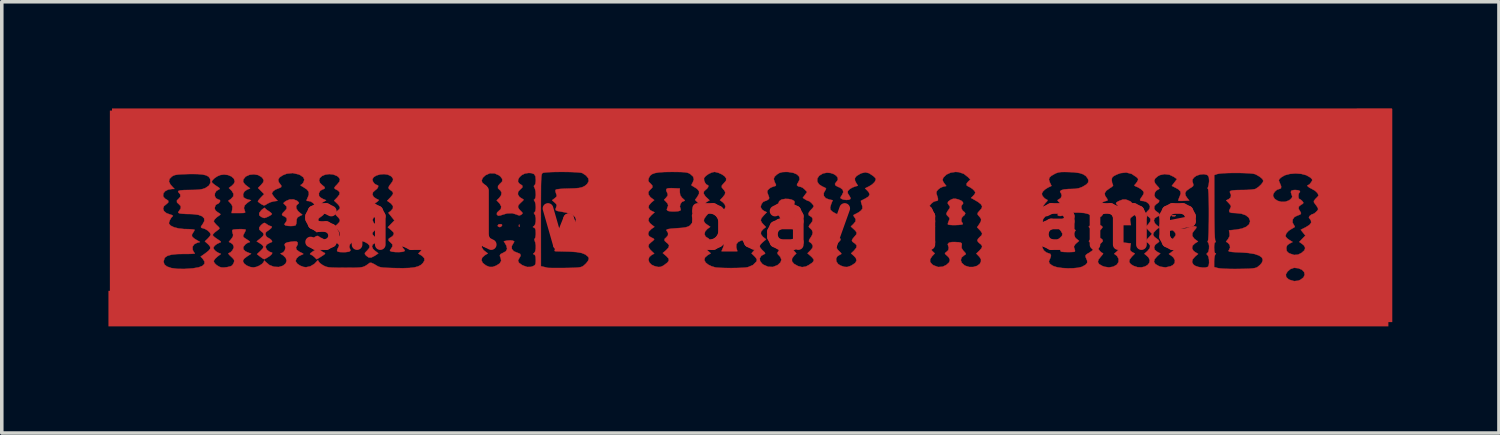
<source format=kicad_pcb>
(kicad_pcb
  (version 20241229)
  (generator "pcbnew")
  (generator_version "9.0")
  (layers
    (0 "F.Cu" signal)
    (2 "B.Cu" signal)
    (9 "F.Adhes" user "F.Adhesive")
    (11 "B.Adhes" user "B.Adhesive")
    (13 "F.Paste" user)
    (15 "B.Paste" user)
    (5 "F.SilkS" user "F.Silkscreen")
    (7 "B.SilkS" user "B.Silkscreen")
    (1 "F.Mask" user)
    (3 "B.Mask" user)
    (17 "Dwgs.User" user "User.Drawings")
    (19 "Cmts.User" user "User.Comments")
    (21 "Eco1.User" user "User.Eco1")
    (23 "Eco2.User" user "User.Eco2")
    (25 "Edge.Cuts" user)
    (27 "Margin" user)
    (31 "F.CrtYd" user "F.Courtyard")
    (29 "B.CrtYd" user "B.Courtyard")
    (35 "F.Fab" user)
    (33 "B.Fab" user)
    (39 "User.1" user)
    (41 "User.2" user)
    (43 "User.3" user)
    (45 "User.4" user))
  (footprint "shall we play a game"
    (layer "F.Cu")
    (at 18.06 3.14)
    (property "Reference" "shall we play a game" (at 0 0 0) (layer "F.Cu") (effects (font (size 1.524 1.524) (thickness 0.3))))
    (attr through_hole)
    (fp_poly (pts (xy -6.5 0.136) (xy -6.497 0.18) (xy -6.502 0.19) (xy -6.515 0.181) (xy -6.517 0.153) (xy -6.51 0.123) (xy -6.5 0.136)) (stroke (width 0.01) (type solid)) (fill yes) (layer "F.Cu"))
    (fp_poly (pts (xy 12.481 -0.132) (xy 12.485 -0.121) (xy 12.446 -0.117) (xy 12.406 -0.122) (xy 12.411 -0.132) (xy 12.469 -0.135) (xy 12.481 -0.132)) (stroke (width 0.01) (type solid)) (fill yes) (layer "F.Cu"))
    (fp_poly (pts (xy -6.992 0.123) (xy -6.989 0.155) (xy -7.027 0.191) (xy -7.059 0.198) (xy -7.103 0.179) (xy -7.112 0.155) (xy -7.088 0.121) (xy -7.042 0.113) (xy -6.992 0.123)) (stroke (width 0.01) (type solid)) (fill yes) (layer "F.Cu"))
    (fp_poly (pts (xy 11.952 -0.136) (xy 11.962 -0.122) (xy 11.928 -0.104) (xy 11.873 -0.105) (xy 11.851 -0.115) (xy 11.836 -0.133) (xy 11.873 -0.14) (xy 11.889 -0.141) (xy 11.952 -0.136)) (stroke (width 0.01) (type solid)) (fill yes) (layer "F.Cu"))
    (fp_poly (pts (xy -12.103 0.844) (xy -12.04 0.893) (xy -11.988 0.919) (xy -11.965 0.934) (xy -11.977 0.957) (xy -12.031 0.997) (xy -12.064 1.018) (xy -12.137 1.064) (xy -12.188 1.094) (xy -12.203 1.101) (xy -12.226 1.082) (xy -12.262 1.045) (xy -12.321 0.995) (xy -12.366 0.972) (xy -12.391 0.958) (xy -12.381 0.935) (xy -12.33 0.895) (xy -12.293 0.871) (xy -12.166 0.786) (xy -12.103 0.844)) (stroke (width 0.01) (type solid)) (fill yes) (layer "F.Cu"))
    (fp_poly (pts (xy -13.66 -0.342) (xy -13.637 -0.312) (xy -13.582 -0.271) (xy -13.561 -0.258) (xy -13.499 -0.215) (xy -13.464 -0.178) (xy -13.462 -0.171) (xy -13.485 -0.145) (xy -13.54 -0.112) (xy -13.607 -0.08) (xy -13.665 -0.06) (xy -13.684 -0.058) (xy -13.721 -0.071) (xy -13.765 -0.091) (xy -13.819 -0.137) (xy -13.819 -0.199) (xy -13.764 -0.273) (xy -13.744 -0.292) (xy -13.692 -0.333) (xy -13.662 -0.346) (xy -13.66 -0.342)) (stroke (width 0.01) (type solid)) (fill yes) (layer "F.Cu"))
    (fp_poly (pts (xy -12.134 0.467) (xy -12.083 0.501) (xy -12.057 0.508) (xy -12.019 0.53) (xy -11.994 0.564) (xy -11.979 0.608) (xy -12.002 0.621) (xy -12.009 0.621) (xy -12.057 0.64) (xy -12.115 0.688) (xy -12.123 0.696) (xy -12.167 0.736) (xy -12.191 0.744) (xy -12.192 0.739) (xy -12.214 0.706) (xy -12.268 0.664) (xy -12.277 0.659) (xy -12.342 0.609) (xy -12.355 0.563) (xy -12.313 0.514) (xy -12.27 0.484) (xy -12.207 0.449) (xy -12.167 0.445) (xy -12.134 0.467)) (stroke (width 0.01) (type solid)) (fill yes) (layer "F.Cu"))
    (fp_poly (pts (xy -2.18 -0.897) (xy -1.99 -0.889) (xy -1.99 -0.783) (xy -1.977 -0.697) (xy -1.931 -0.631) (xy -1.905 -0.608) (xy -1.856 -0.562) (xy -1.85 -0.541) (xy -1.869 -0.537) (xy -1.929 -0.512) (xy -1.972 -0.452) (xy -1.988 -0.381) (xy -1.977 -0.342) (xy -1.962 -0.29) (xy -1.981 -0.265) (xy -2.035 -0.25) (xy -2.121 -0.243) (xy -2.216 -0.243) (xy -2.296 -0.252) (xy -2.33 -0.262) (xy -2.356 -0.295) (xy -2.343 -0.338) (xy -2.317 -0.407) (xy -2.332 -0.463) (xy -2.373 -0.511) (xy -2.432 -0.57) (xy -2.371 -0.635) (xy -2.33 -0.69) (xy -2.331 -0.737) (xy -2.34 -0.757) (xy -2.371 -0.829) (xy -2.368 -0.873) (xy -2.324 -0.894) (xy -2.233 -0.899) (xy -2.18 -0.897)) (stroke (width 0.01) (type solid)) (fill yes) (layer "F.Cu"))
    (fp_poly (pts (xy 1.078 -0.593) (xy 1.165 -0.572) (xy 1.224 -0.539) (xy 1.242 -0.505) (xy 1.228 -0.453) (xy 1.214 -0.437) (xy 1.187 -0.393) (xy 1.19 -0.329) (xy 1.22 -0.271) (xy 1.242 -0.254) (xy 1.29 -0.216) (xy 1.288 -0.173) (xy 1.239 -0.117) (xy 1.195 -0.048) (xy 1.19 0.033) (xy 1.199 0.127) (xy 1.015 0.135) (xy 0.918 0.137) (xy 0.845 0.133) (xy 0.812 0.126) (xy 0.809 0.09) (xy 0.823 0.027) (xy 0.824 0.024) (xy 0.838 -0.041) (xy 0.82 -0.092) (xy 0.787 -0.132) (xy 0.72 -0.204) (xy 0.783 -0.246) (xy 0.828 -0.299) (xy 0.847 -0.365) (xy 0.834 -0.422) (xy 0.818 -0.437) (xy 0.788 -0.48) (xy 0.804 -0.528) (xy 0.86 -0.571) (xy 0.89 -0.582) (xy 0.981 -0.597) (xy 1.078 -0.593)) (stroke (width 0.01) (type solid)) (fill yes) (layer "F.Cu"))
    (fp_poly (pts (xy 10.595 -0.565) (xy 10.689 -0.523) (xy 10.732 -0.479) (xy 10.722 -0.434) (xy 10.711 -0.424) (xy 10.672 -0.361) (xy 10.684 -0.287) (xy 10.742 -0.216) (xy 10.816 -0.152) (xy 10.739 -0.102) (xy 10.688 -0.059) (xy 10.674 -0.009) (xy 10.681 0.045) (xy 10.699 0.141) (xy 10.5 0.141) (xy 10.391 0.138) (xy 10.329 0.129) (xy 10.303 0.111) (xy 10.301 0.1) (xy 10.318 0.052) (xy 10.329 0.042) (xy 10.357 -0.001) (xy 10.344 -0.057) (xy 10.297 -0.103) (xy 10.287 -0.108) (xy 10.235 -0.141) (xy 10.216 -0.168) (xy 10.238 -0.202) (xy 10.287 -0.242) (xy 10.345 -0.303) (xy 10.352 -0.369) (xy 10.315 -0.423) (xy 10.28 -0.46) (xy 10.285 -0.49) (xy 10.334 -0.523) (xy 10.386 -0.547) (xy 10.472 -0.578) (xy 10.541 -0.579) (xy 10.595 -0.565)) (stroke (width 0.01) (type solid)) (fill yes) (layer "F.Cu"))
    (fp_poly (pts (xy 8.748 0.152) (xy 8.827 0.18) (xy 8.927 0.214) (xy 9.022 0.24) (xy 9.052 0.246) (xy 9.123 0.266) (xy 9.143 0.295) (xy 9.116 0.325) (xy 9.088 0.37) (xy 9.098 0.435) (xy 9.14 0.502) (xy 9.164 0.524) (xy 9.24 0.585) (xy 9.158 0.656) (xy 9.106 0.708) (xy 9.092 0.748) (xy 9.108 0.798) (xy 9.126 0.856) (xy 9.123 0.886) (xy 9.088 0.895) (xy 9.015 0.899) (xy 8.924 0.9) (xy 8.832 0.898) (xy 8.76 0.892) (xy 8.731 0.885) (xy 8.713 0.86) (xy 8.725 0.801) (xy 8.729 0.79) (xy 8.745 0.728) (xy 8.729 0.679) (xy 8.691 0.634) (xy 8.622 0.56) (xy 8.7 0.503) (xy 8.761 0.443) (xy 8.771 0.381) (xy 8.729 0.308) (xy 8.701 0.277) (xy 8.654 0.219) (xy 8.647 0.182) (xy 8.66 0.163) (xy 8.693 0.146) (xy 8.748 0.152)) (stroke (width 0.01) (type solid)) (fill yes) (layer "F.Cu"))
    (fp_poly (pts (xy -12.76 -0.546) (xy -12.73 -0.521) (xy -12.701 -0.484) (xy -12.717 -0.459) (xy -12.735 -0.449) (xy -12.779 -0.398) (xy -12.776 -0.329) (xy -12.729 -0.254) (xy -12.695 -0.223) (xy -12.606 -0.149) (xy -12.688 -0.109) (xy -12.746 -0.07) (xy -12.768 -0.014) (xy -12.769 0.029) (xy -12.776 0.101) (xy -12.795 0.145) (xy -12.797 0.148) (xy -12.85 0.163) (xy -12.931 0.168) (xy -13.017 0.163) (xy -13.081 0.149) (xy -13.09 0.145) (xy -13.112 0.119) (xy -13.088 0.082) (xy -13.083 0.077) (xy -13.042 0.009) (xy -13.047 -0.054) (xy -13.094 -0.096) (xy -13.109 -0.101) (xy -13.162 -0.127) (xy -13.18 -0.156) (xy -13.159 -0.198) (xy -13.11 -0.248) (xy -13.109 -0.249) (xy -13.05 -0.315) (xy -13.047 -0.378) (xy -13.097 -0.433) (xy -13.132 -0.461) (xy -13.132 -0.484) (xy -13.092 -0.519) (xy -13.067 -0.536) (xy -12.966 -0.579) (xy -12.857 -0.582) (xy -12.76 -0.546)) (stroke (width 0.01) (type solid)) (fill yes) (layer "F.Cu"))
    (fp_poly (pts (xy 5.844 -0.581) (xy 5.929 -0.545) (xy 5.975 -0.501) (xy 5.978 -0.459) (xy 5.956 -0.438) (xy 5.929 -0.393) (xy 5.932 -0.329) (xy 5.962 -0.271) (xy 5.983 -0.254) (xy 6.028 -0.214) (xy 6.04 -0.183) (xy 6.017 -0.139) (xy 5.983 -0.113) (xy 5.943 -0.067) (xy 5.927 -0.003) (xy 5.939 0.054) (xy 5.955 0.071) (xy 5.972 0.105) (xy 5.968 0.115) (xy 5.934 0.127) (xy 5.862 0.136) (xy 5.769 0.14) (xy 5.675 0.14) (xy 5.597 0.135) (xy 5.554 0.125) (xy 5.551 0.123) (xy 5.551 0.089) (xy 5.573 0.03) (xy 5.574 0.028) (xy 5.598 -0.03) (xy 5.589 -0.069) (xy 5.559 -0.1) (xy 5.516 -0.146) (xy 5.509 -0.189) (xy 5.539 -0.247) (xy 5.565 -0.283) (xy 5.603 -0.34) (xy 5.609 -0.376) (xy 5.583 -0.413) (xy 5.576 -0.421) (xy 5.544 -0.474) (xy 5.558 -0.52) (xy 5.623 -0.567) (xy 5.642 -0.577) (xy 5.702 -0.601) (xy 5.764 -0.601) (xy 5.844 -0.581)) (stroke (width 0.01) (type solid)) (fill yes) (layer "F.Cu"))
    (fp_poly (pts (xy -13.621 0.105) (xy -13.607 0.116) (xy -13.546 0.154) (xy -13.501 0.169) (xy -13.465 0.183) (xy -13.474 0.217) (xy -13.524 0.263) (xy -13.54 0.274) (xy -13.599 0.316) (xy -13.635 0.348) (xy -13.635 0.348) (xy -13.644 0.402) (xy -13.619 0.461) (xy -13.576 0.494) (xy -13.517 0.527) (xy -13.48 0.56) (xy -13.455 0.595) (xy -13.466 0.617) (xy -13.523 0.642) (xy -13.53 0.644) (xy -13.611 0.691) (xy -13.64 0.752) (xy -13.614 0.819) (xy -13.591 0.845) (xy -13.537 0.887) (xy -13.497 0.903) (xy -13.455 0.916) (xy -13.46 0.95) (xy -13.51 1) (xy -13.547 1.027) (xy -13.617 1.07) (xy -13.668 1.097) (xy -13.68 1.1) (xy -13.714 1.084) (xy -13.772 1.044) (xy -13.792 1.029) (xy -13.882 0.958) (xy -13.781 0.864) (xy -13.717 0.797) (xy -13.702 0.746) (xy -13.736 0.698) (xy -13.806 0.65) (xy -13.89 0.599) (xy -13.789 0.518) (xy -13.716 0.451) (xy -13.693 0.4) (xy -13.716 0.354) (xy -13.758 0.322) (xy -13.816 0.268) (xy -13.82 0.212) (xy -13.772 0.146) (xy -13.752 0.129) (xy -13.699 0.086) (xy -13.663 0.079) (xy -13.621 0.105)) (stroke (width 0.01) (type solid)) (fill yes) (layer "F.Cu"))
    (fp_poly (pts (xy 17.103 2.145) (xy -17.103 2.145) (xy -17.103 1.527) (xy 15.057 1.527) (xy 15.065 1.6) (xy 15.127 1.661) (xy 15.165 1.681) (xy 15.29 1.717) (xy 15.403 1.705) (xy 15.466 1.679) (xy 15.552 1.613) (xy 15.586 1.538) (xy 15.571 1.462) (xy 15.508 1.397) (xy 15.409 1.355) (xy 15.289 1.342) (xy 15.186 1.377) (xy 15.103 1.448) (xy 15.057 1.527) (xy -17.103 1.527) (xy -17.103 -0.321) (xy -16.523 -0.321) (xy -16.498 -0.253) (xy -16.428 -0.195) (xy -16.345 -0.164) (xy -16.278 -0.143) (xy -16.246 -0.123) (xy -16.247 -0.116) (xy -16.292 -0.068) (xy -16.332 0.001) (xy -16.356 0.067) (xy -16.357 0.102) (xy -16.309 0.157) (xy -16.215 0.202) (xy -16.086 0.235) (xy -15.932 0.252) (xy -15.868 0.253) (xy -15.761 0.256) (xy -15.681 0.263) (xy -15.639 0.272) (xy -15.636 0.275) (xy -15.652 0.312) (xy -15.678 0.351) (xy -15.713 0.413) (xy -15.707 0.463) (xy -15.655 0.513) (xy -15.602 0.547) (xy -15.484 0.617) (xy -15.56 0.636) (xy -15.648 0.68) (xy -15.694 0.75) (xy -15.69 0.836) (xy -15.688 0.842) (xy -15.656 0.904) (xy -15.628 0.936) (xy -15.641 0.943) (xy -15.701 0.949) (xy -15.798 0.952) (xy -15.919 0.952) (xy -16.128 0.956) (xy -16.287 0.973) (xy -16.398 1.004) (xy -16.466 1.05) (xy -16.482 1.073) (xy -16.51 1.168) (xy -16.487 1.246) (xy -16.414 1.306) (xy -16.294 1.348) (xy -16.128 1.371) (xy -15.921 1.374) (xy -15.684 1.357) (xy -15.525 1.33) (xy -15.417 1.288) (xy -15.361 1.233) (xy -15.358 1.165) (xy -15.409 1.087) (xy -15.466 1.027) (xy -15.338 0.937) (xy -15.244 0.863) (xy -15.198 0.805) (xy -15.198 0.752) (xy -15.24 0.696) (xy -15.261 0.676) (xy -15.348 0.598) (xy -15.266 0.52) (xy -15.213 0.461) (xy -15.185 0.414) (xy -15.184 0.405) (xy -15.207 0.353) (xy -15.265 0.296) (xy -15.34 0.251) (xy -15.388 0.234) (xy -15.446 0.218) (xy -15.46 0.192) (xy -15.433 0.144) (xy -15.409 0.113) (xy -15.362 0.025) (xy -15.368 -0.049) (xy -15.425 -0.107) (xy -15.53 -0.147) (xy -15.681 -0.167) (xy -15.762 -0.17) (xy -15.878 -0.172) (xy -15.979 -0.178) (xy -16.046 -0.186) (xy -16.053 -0.187) (xy -16.097 -0.205) (xy -16.092 -0.233) (xy -16.078 -0.251) (xy -16.026 -0.329) (xy -16.026 -0.391) (xy -16.073 -0.441) (xy -16.132 -0.497) (xy -16.135 -0.552) (xy -16.087 -0.599) (xy -16.038 -0.655) (xy -16.039 -0.719) (xy -16.072 -0.762) (xy -16.101 -0.795) (xy -16.092 -0.819) (xy -16.04 -0.835) (xy -15.941 -0.844) (xy -15.791 -0.847) (xy -15.768 -0.847) (xy -15.611 -0.85) (xy -15.497 -0.858) (xy -15.412 -0.874) (xy -15.341 -0.898) (xy -15.333 -0.902) (xy -15.235 -0.968) (xy -15.189 -1.051) (xy -15.191 -1.073) (xy -15.155 -1.073) (xy -15.133 -1.042) (xy -15.077 -0.996) (xy -15.027 -0.961) (xy -14.955 -0.914) (xy -14.928 -0.885) (xy -14.937 -0.869) (xy -14.954 -0.862) (xy -15.027 -0.817) (xy -15.066 -0.75) (xy -15.069 -0.678) (xy -15.036 -0.615) (xy -14.974 -0.581) (xy -14.923 -0.562) (xy -14.919 -0.53) (xy -14.93 -0.507) (xy -14.969 -0.463) (xy -14.998 -0.452) (xy -15.041 -0.426) (xy -15.067 -0.361) (xy -15.07 -0.315) (xy -15.048 -0.271) (xy -14.992 -0.223) (xy -14.979 -0.215) (xy -14.922 -0.18) (xy -14.909 -0.157) (xy -14.934 -0.135) (xy -14.941 -0.131) (xy -15.016 -0.077) (xy -15.074 -0.018) (xy -15.099 0.029) (xy -15.099 0.031) (xy -15.08 0.068) (xy -15.032 0.124) (xy -15.008 0.147) (xy -14.953 0.2) (xy -14.936 0.232) (xy -14.952 0.256) (xy -14.973 0.272) (xy -15.068 0.345) (xy -15.117 0.397) (xy -15.127 0.424) (xy -15.105 0.454) (xy -15.049 0.5) (xy -14.998 0.534) (xy -14.927 0.582) (xy -14.897 0.609) (xy -14.905 0.625) (xy -14.935 0.636) (xy -15.005 0.67) (xy -15.062 0.712) (xy -15.103 0.76) (xy -15.102 0.802) (xy -15.09 0.825) (xy -15.04 0.877) (xy -14.976 0.917) (xy -14.895 0.952) (xy -14.997 1.029) (xy -15.059 1.087) (xy -15.095 1.142) (xy -15.099 1.159) (xy -15.075 1.211) (xy -15.017 1.267) (xy -14.941 1.313) (xy -14.887 1.331) (xy -14.813 1.334) (xy -14.719 1.323) (xy -14.633 1.302) (xy -14.594 1.286) (xy -14.558 1.245) (xy -14.532 1.193) (xy -14.521 1.146) (xy -14.536 1.104) (xy -14.585 1.051) (xy -14.611 1.028) (xy -14.665 0.975) (xy -14.688 0.94) (xy -14.683 0.933) (xy -14.626 0.907) (xy -14.572 0.849) (xy -14.538 0.78) (xy -14.534 0.753) (xy -14.561 0.684) (xy -14.604 0.65) (xy -14.673 0.612) (xy -14.605 0.531) (xy -14.561 0.467) (xy -14.553 0.414) (xy -14.564 0.378) (xy -14.579 0.316) (xy -14.575 0.28) (xy -14.543 0.267) (xy -14.474 0.259) (xy -14.388 0.255) (xy -14.302 0.255) (xy -14.232 0.261) (xy -14.198 0.272) (xy -14.197 0.275) (xy -14.21 0.313) (xy -14.238 0.367) (xy -14.269 0.425) (xy -14.271 0.464) (xy -14.238 0.499) (xy -14.164 0.546) (xy -14.161 0.548) (xy -14.102 0.589) (xy -14.079 0.615) (xy -14.088 0.621) (xy -14.141 0.638) (xy -14.206 0.681) (xy -14.212 0.686) (xy -14.266 0.756) (xy -14.264 0.821) (xy -14.208 0.878) (xy -14.148 0.907) (xy -14.045 0.946) (xy -14.165 1.025) (xy -14.242 1.084) (xy -14.274 1.135) (xy -14.275 1.164) (xy -14.241 1.225) (xy -14.168 1.28) (xy -14.073 1.319) (xy -13.983 1.332) (xy -13.899 1.317) (xy -13.812 1.28) (xy -13.737 1.23) (xy -13.693 1.178) (xy -13.687 1.157) (xy -13.678 1.137) (xy -13.647 1.165) (xy -13.638 1.175) (xy -13.533 1.264) (xy -13.405 1.313) (xy -13.268 1.32) (xy -13.152 1.284) (xy -13.075 1.221) (xy -13.048 1.145) (xy -13.072 1.065) (xy -13.144 0.993) (xy -13.173 0.975) (xy -13.219 0.946) (xy -13.212 0.933) (xy -13.202 0.932) (xy -13.143 0.907) (xy -13.099 0.848) (xy -13.082 0.779) (xy -13.091 0.741) (xy -13.107 0.688) (xy -13.084 0.65) (xy -13.015 0.624) (xy -12.919 0.609) (xy -12.824 0.6) (xy -12.771 0.603) (xy -12.745 0.622) (xy -12.738 0.635) (xy -12.739 0.691) (xy -12.753 0.713) (xy -12.786 0.775) (xy -12.765 0.836) (xy -12.69 0.891) (xy -12.668 0.902) (xy -12.6 0.934) (xy -12.577 0.953) (xy -12.596 0.966) (xy -12.619 0.974) (xy -12.707 1.017) (xy -12.769 1.078) (xy -12.794 1.143) (xy -12.792 1.162) (xy -12.75 1.226) (xy -12.67 1.281) (xy -12.572 1.318) (xy -12.502 1.326) (xy -12.383 1.301) (xy -12.27 1.234) (xy -12.208 1.169) (xy -12.176 1.132) (xy -12.159 1.141) (xy -12.148 1.165) (xy -12.113 1.209) (xy -12.045 1.259) (xy -12.012 1.278) (xy -11.966 1.301) (xy -11.918 1.317) (xy -11.859 1.329) (xy -11.778 1.335) (xy -11.667 1.339) (xy -11.514 1.34) (xy -11.401 1.341) (xy -11.221 1.34) (xy -11.088 1.339) (xy -10.991 1.333) (xy -10.919 1.322) (xy -10.863 1.304) (xy -10.811 1.275) (xy -10.754 1.235) (xy -10.712 1.203) (xy -10.665 1.202) (xy -10.586 1.238) (xy -10.553 1.258) (xy -10.502 1.289) (xy -10.455 1.312) (xy -10.4 1.327) (xy -10.327 1.337) (xy -10.224 1.343) (xy -10.08 1.348) (xy -10.006 1.35) (xy -9.777 1.353) (xy -9.596 1.347) (xy -9.457 1.331) (xy -9.352 1.303) (xy -9.273 1.263) (xy -9.216 1.21) (xy -9.171 1.136) (xy -9.177 1.072) (xy -9.235 1.01) (xy -9.277 0.983) (xy -9.344 0.942) (xy -9.272 0.865) (xy -9.214 0.776) (xy -9.209 0.698) (xy -9.255 0.635) (xy -9.348 0.591) (xy -9.462 0.572) (xy -9.579 0.577) (xy -9.679 0.607) (xy -9.751 0.653) (xy -9.79 0.711) (xy -9.787 0.772) (xy -9.749 0.82) (xy -9.722 0.853) (xy -9.742 0.879) (xy -9.796 0.894) (xy -9.884 0.901) (xy -9.984 0.9) (xy -10.073 0.89) (xy -10.098 0.885) (xy -10.142 0.867) (xy -10.137 0.839) (xy -10.123 0.822) (xy -10.073 0.744) (xy -10.073 0.684) (xy -10.119 0.636) (xy -10.176 0.583) (xy -10.183 0.533) (xy -10.14 0.497) (xy -10.132 0.494) (xy -10.073 0.455) (xy -10.045 0.419) (xy -10.031 0.377) (xy -10.05 0.337) (xy -10.107 0.283) (xy -10.108 0.282) (xy -10.202 0.202) (xy -10.017 0.01) (xy -10.102 -0.097) (xy -10.187 -0.204) (xy -10.117 -0.259) (xy -10.059 -0.327) (xy -10.058 -0.37) (xy -7.575 -0.37) (xy -7.555 -0.306) (xy -7.482 -0.255) (xy -7.477 -0.253) (xy -7.423 -0.223) (xy -7.414 -0.19) (xy -7.423 -0.168) (xy -7.472 -0.116) (xy -7.507 -0.099) (xy -7.555 -0.061) (xy -7.562 -0.001) (xy -7.53 0.068) (xy -7.479 0.117) (xy -7.424 0.162) (xy -7.395 0.192) (xy -7.394 0.196) (xy -7.416 0.219) (xy -7.47 0.255) (xy -7.479 0.26) (xy -7.547 0.32) (xy -7.567 0.388) (xy -7.539 0.45) (xy -7.479 0.488) (xy -7.421 0.516) (xy -7.394 0.539) (xy -7.394 0.54) (xy -7.415 0.568) (xy -7.466 0.612) (xy -7.479 0.621) (xy -7.547 0.692) (xy -7.559 0.765) (xy -7.515 0.839) (xy -7.476 0.872) (xy -7.389 0.937) (xy -7.476 0.99) (xy -7.549 1.057) (xy -7.567 1.13) (xy -7.533 1.205) (xy -7.446 1.273) (xy -7.437 1.279) (xy -7.341 1.318) (xy -7.253 1.318) (xy -7.151 1.28) (xy -7.056 1.219) (xy -7.014 1.149) (xy -7.026 1.075) (xy -7.026 1.074) (xy -7.053 1.004) (xy -7.034 0.958) (xy -6.97 0.927) (xy -6.882 0.878) (xy -6.847 0.812) (xy -6.865 0.725) (xy -6.883 0.691) (xy -6.94 0.595) (xy -6.845 0.577) (xy -6.76 0.57) (xy -6.689 0.578) (xy -6.689 0.578) (xy -6.647 0.598) (xy -6.655 0.628) (xy -6.668 0.645) (xy -6.717 0.733) (xy -6.713 0.813) (xy -6.659 0.877) (xy -6.558 0.919) (xy -6.547 0.922) (xy -6.48 0.952) (xy -6.466 1.002) (xy -6.504 1.071) (xy -6.511 1.079) (xy -6.54 1.14) (xy -6.515 1.199) (xy -6.435 1.259) (xy -6.404 1.276) (xy -6.283 1.319) (xy -6.175 1.316) (xy -6.111 1.294) (xy -6.067 1.266) (xy -6.046 1.224) (xy -6.04 1.148) (xy -6.04 1.123) (xy -6.046 1.03) (xy -6.067 0.98) (xy -6.085 0.969) (xy -6.116 0.952) (xy -6.096 0.932) (xy -6.085 0.926) (xy -6.057 0.882) (xy -6.041 0.804) (xy -6.04 0.712) (xy -6.054 0.627) (xy -6.068 0.593) (xy -6.081 0.539) (xy -6.068 0.522) (xy -6.051 0.486) (xy -6.041 0.413) (xy -6.04 0.368) (xy -6.045 0.278) (xy -6.065 0.229) (xy -6.089 0.213) (xy -6.123 0.195) (xy -6.108 0.177) (xy -6.089 0.166) (xy -6.058 0.121) (xy -6.041 0.043) (xy -6.039 -0.047) (xy -6.053 -0.127) (xy -6.075 -0.167) (xy -6.096 -0.201) (xy -6.075 -0.218) (xy -6.052 -0.254) (xy -6.04 -0.333) (xy -6.04 -0.364) (xy -6.041 -0.385) (xy -5.897 -0.385) (xy -5.897 -0.097) (xy -5.897 0.000494) (xy -5.896 1.298) (xy -5.82 1.315) (xy -5.753 1.331) (xy -5.715 1.342) (xy -5.678 1.345) (xy -5.596 1.347) (xy -5.477 1.348) (xy -5.332 1.348) (xy -5.23 1.347) (xy -5.057 1.344) (xy -4.931 1.34) (xy -4.842 1.333) (xy -4.78 1.323) (xy -4.737 1.308) (xy -4.702 1.287) (xy -4.694 1.281) (xy -4.625 1.218) (xy -4.573 1.15) (xy -4.548 1.093) (xy -4.556 1.052) (xy -4.573 1.028) (xy -4.645 0.968) (xy -4.749 0.926) (xy -4.892 0.9) (xy -5.083 0.887) (xy -5.108 0.886) (xy -5.238 0.883) (xy -5.352 0.88) (xy -5.435 0.878) (xy -5.466 0.877) (xy -5.506 0.872) (xy -5.511 0.849) (xy -5.487 0.794) (xy -5.485 0.791) (xy -5.46 0.727) (xy -5.465 0.677) (xy -5.493 0.622) (xy -5.525 0.563) (xy -5.526 0.531) (xy -5.496 0.502) (xy -5.491 0.499) (xy -5.457 0.458) (xy -5.452 0.397) (xy -5.453 0.393) (xy -2.881 0.393) (xy -2.851 0.454) (xy -2.794 0.488) (xy -2.736 0.516) (xy -2.709 0.539) (xy -2.709 0.54) (xy -2.73 0.568) (xy -2.781 0.612) (xy -2.794 0.621) (xy -2.86 0.684) (xy -2.873 0.747) (xy -2.833 0.82) (xy -2.793 0.861) (xy -2.708 0.943) (xy -2.779 0.98) (xy -2.849 1.041) (xy -2.871 1.114) (xy -2.849 1.19) (xy -2.785 1.256) (xy -2.698 1.296) (xy -2.6 1.319) (xy -2.529 1.316) (xy -2.46 1.285) (xy -2.427 1.263) (xy -2.337 1.194) (xy -2.297 1.137) (xy -2.305 1.083) (xy -2.358 1.023) (xy -2.371 1.012) (xy -2.469 0.927) (xy -2.378 0.85) (xy -2.308 0.776) (xy -2.291 0.715) (xy -2.326 0.661) (xy -2.357 0.638) (xy -2.416 0.583) (xy -2.419 0.532) (xy -2.371 0.486) (xy -2.322 0.429) (xy -2.321 0.36) (xy -2.348 0.317) (xy -2.367 0.288) (xy -2.357 0.267) (xy -2.309 0.252) (xy -2.219 0.24) (xy -2.078 0.229) (xy -2.063 0.228) (xy -1.922 0.218) (xy -1.824 0.203) (xy -1.756 0.183) (xy -1.705 0.153) (xy -1.702 0.152) (xy -1.639 0.072) (xy -1.624 -0.029) (xy -1.647 -0.113) (xy -1.642 -0.154) (xy -1.587 -0.198) (xy -1.567 -0.209) (xy -1.491 -0.261) (xy -1.432 -0.319) (xy -1.426 -0.327) (xy -1.405 -0.367) (xy -1.328 -0.367) (xy -1.292 -0.297) (xy -1.244 -0.261) (xy -1.162 -0.213) (xy -1.246 -0.118) (xy -1.305 -0.035) (xy -1.314 0.03) (xy -1.273 0.091) (xy -1.222 0.129) (xy -1.132 0.19) (xy -1.217 0.252) (xy -1.278 0.321) (xy -1.295 0.396) (xy -1.267 0.461) (xy -1.221 0.494) (xy -1.17 0.524) (xy -1.165 0.558) (xy -1.207 0.608) (xy -1.228 0.626) (xy -1.284 0.692) (xy -1.29 0.754) (xy -1.245 0.822) (xy -1.209 0.856) (xy -1.119 0.935) (xy -1.209 0.989) (xy -1.282 1.054) (xy -1.3 1.124) (xy -1.262 1.195) (xy -1.189 1.254) (xy -1.094 1.3) (xy -0.993 1.33) (xy -0.97 1.334) (xy -0.847 1.343) (xy -0.699 1.348) (xy -0.54 1.349) (xy -0.383 1.347) (xy -0.242 1.342) (xy -0.132 1.334) (xy -0.071 1.323) (xy 0.068 1.264) (xy 0.16 1.172) (xy 0.172 1.152) (xy 0.178 1.108) (xy 0.144 1.054) (xy 0.113 1.02) (xy 0.028 0.936) (xy 0.099 0.852) (xy 0.155 0.77) (xy 0.159 0.737) (xy 0.254 0.737) (xy 0.274 0.779) (xy 0.323 0.838) (xy 0.346 0.859) (xy 0.4 0.912) (xy 0.411 0.943) (xy 0.395 0.953) (xy 0.303 1.004) (xy 0.26 1.073) (xy 0.268 1.152) (xy 0.327 1.229) (xy 0.36 1.254) (xy 0.494 1.313) (xy 0.628 1.318) (xy 0.756 1.268) (xy 0.765 1.262) (xy 0.844 1.188) (xy 0.868 1.112) (xy 0.835 1.033) (xy 0.808 1.003) (xy 0.763 0.954) (xy 0.756 0.92) (xy 0.782 0.878) (xy 0.79 0.868) (xy 0.828 0.778) (xy 0.826 0.723) (xy 0.827 0.648) (xy 0.85 0.618) (xy 0.889 0.608) (xy 0.961 0.599) (xy 1.047 0.594) (xy 1.13 0.591) (xy 1.191 0.593) (xy 1.214 0.6) (xy 1.207 0.629) (xy 1.19 0.69) (xy 1.187 0.699) (xy 1.175 0.773) (xy 1.197 0.83) (xy 1.224 0.865) (xy 1.288 0.939) (xy 1.222 1.004) (xy 1.166 1.086) (xy 1.166 1.161) (xy 1.222 1.23) (xy 1.334 1.293) (xy 1.335 1.293) (xy 1.448 1.323) (xy 1.552 1.308) (xy 1.636 1.266) (xy 1.73 1.203) (xy 1.776 1.153) (xy 1.775 1.105) (xy 1.731 1.05) (xy 1.704 1.024) (xy 1.602 0.934) (xy 1.685 0.851) (xy 1.738 0.787) (xy 1.752 0.735) (xy 1.745 0.708) (xy 1.71 0.653) (xy 1.68 0.631) (xy 1.642 0.603) (xy 1.648 0.556) (xy 1.693 0.487) (xy 1.734 0.416) (xy 1.75 0.349) (xy 1.727 0.282) (xy 1.693 0.247) (xy 1.649 0.208) (xy 1.637 0.181) (xy 1.656 0.14) (xy 1.693 0.099) (xy 1.738 0.034) (xy 1.747 -0.033) (xy 1.72 -0.085) (xy 1.696 -0.098) (xy 1.637 -0.136) (xy 1.629 -0.192) (xy 1.673 -0.262) (xy 1.693 -0.282) (xy 1.746 -0.338) (xy 1.776 -0.379) (xy 1.778 -0.387) (xy 1.759 -0.428) (xy 1.714 -0.48) (xy 1.665 -0.523) (xy 1.635 -0.536) (xy 1.593 -0.55) (xy 1.538 -0.581) (xy 1.47 -0.626) (xy 1.53 -0.708) (xy 1.591 -0.79) (xy 1.524 -0.861) (xy 1.467 -0.909) (xy 1.416 -0.932) (xy 1.413 -0.932) (xy 1.35 -0.947) (xy 1.327 -0.959) (xy 1.304 -0.983) (xy 1.313 -1.019) (xy 1.344 -1.064) (xy 1.353 -1.085) (xy 1.876 -1.085) (xy 1.924 -1.007) (xy 2.021 -0.943) (xy 2.033 -0.939) (xy 2.101 -0.908) (xy 2.125 -0.884) (xy 2.112 -0.855) (xy 2.107 -0.849) (xy 2.058 -0.76) (xy 2.062 -0.68) (xy 2.115 -0.615) (xy 2.215 -0.577) (xy 2.215 -0.577) (xy 2.311 -0.559) (xy 2.267 -0.449) (xy 2.239 -0.355) (xy 2.248 -0.29) (xy 2.302 -0.237) (xy 2.368 -0.199) (xy 2.481 -0.141) (xy 2.433 -0.058) (xy 2.405 -0.003) (xy 2.406 0.035) (xy 2.438 0.08) (xy 2.467 0.111) (xy 2.549 0.196) (xy 2.473 0.257) (xy 2.416 0.326) (xy 2.404 0.401) (xy 2.436 0.466) (xy 2.477 0.494) (xy 2.528 0.524) (xy 2.532 0.558) (xy 2.49 0.608) (xy 2.469 0.626) (xy 2.413 0.694) (xy 2.407 0.762) (xy 2.454 0.836) (xy 2.488 0.87) (xy 2.541 0.922) (xy 2.556 0.95) (xy 2.537 0.965) (xy 2.516 0.972) (xy 2.44 1.019) (xy 2.406 1.088) (xy 2.415 1.165) (xy 2.463 1.236) (xy 2.533 1.28) (xy 2.636 1.315) (xy 2.717 1.32) (xy 2.802 1.293) (xy 2.85 1.27) (xy 2.943 1.207) (xy 2.981 1.141) (xy 2.963 1.07) (xy 2.913 1.013) (xy 2.827 0.937) (xy 2.91 0.858) (xy 2.974 0.779) (xy 2.986 0.715) (xy 2.944 0.663) (xy 2.921 0.649) (xy 2.869 0.61) (xy 2.85 0.575) (xy 2.869 0.532) (xy 2.914 0.475) (xy 2.921 0.468) (xy 2.975 0.405) (xy 2.985 0.355) (xy 2.95 0.3) (xy 2.906 0.258) (xy 2.821 0.18) (xy 2.892 0.113) (xy 2.951 0.04) (xy 2.957 -0.026) (xy 2.918 -0.088) (xy 2.893 -0.123) (xy 2.904 -0.147) (xy 2.959 -0.174) (xy 2.967 -0.178) (xy 3.048 -0.222) (xy 3.112 -0.274) (xy 3.114 -0.276) (xy 3.146 -0.322) (xy 3.149 -0.362) (xy 5.024 -0.362) (xy 5.042 -0.327) (xy 5.088 -0.276) (xy 5.094 -0.271) (xy 5.142 -0.22) (xy 5.164 -0.186) (xy 5.165 -0.183) (xy 5.146 -0.151) (xy 5.1 -0.102) (xy 5.094 -0.096) (xy 5.04 -0.036) (xy 5.03 0.015) (xy 5.066 0.071) (xy 5.106 0.111) (xy 5.189 0.188) (xy 5.102 0.276) (xy 5.049 0.332) (xy 5.031 0.369) (xy 5.045 0.408) (xy 5.062 0.435) (xy 5.104 0.487) (xy 5.137 0.508) (xy 5.163 0.527) (xy 5.16 0.572) (xy 5.134 0.62) (xy 5.108 0.643) (xy 5.061 0.7) (xy 5.058 0.777) (xy 5.099 0.856) (xy 5.117 0.875) (xy 5.182 0.937) (xy 5.105 1.019) (xy 5.051 1.102) (xy 5.051 1.176) (xy 5.107 1.245) (xy 5.148 1.273) (xy 5.274 1.32) (xy 5.402 1.312) (xy 5.506 1.262) (xy 5.585 1.191) (xy 5.608 1.122) (xy 5.576 1.05) (xy 5.532 1.007) (xy 5.479 0.959) (xy 5.466 0.932) (xy 5.488 0.912) (xy 5.499 0.905) (xy 5.561 0.848) (xy 5.575 0.775) (xy 5.562 0.737) (xy 5.546 0.676) (xy 5.58 0.637) (xy 5.663 0.618) (xy 5.745 0.617) (xy 5.854 0.623) (xy 5.916 0.636) (xy 5.942 0.66) (xy 5.942 0.702) (xy 5.937 0.723) (xy 5.937 0.787) (xy 5.976 0.851) (xy 5.997 0.874) (xy 6.044 0.927) (xy 6.056 0.955) (xy 6.033 0.976) (xy 6.015 0.986) (xy 5.938 1.05) (xy 5.914 1.125) (xy 5.94 1.202) (xy 6.016 1.271) (xy 6.039 1.284) (xy 6.15 1.319) (xy 6.264 1.319) (xy 6.368 1.289) (xy 6.446 1.233) (xy 6.48 1.169) (xy 6.481 1.104) (xy 6.442 1.04) (xy 6.424 1.02) (xy 6.35 0.942) (xy 6.435 0.861) (xy 6.499 0.789) (xy 6.514 0.734) (xy 6.483 0.686) (xy 6.449 0.661) (xy 6.398 0.614) (xy 6.378 0.572) (xy 6.399 0.527) (xy 6.448 0.475) (xy 6.449 0.475) (xy 6.503 0.421) (xy 6.513 0.373) (xy 6.477 0.314) (xy 6.445 0.279) (xy 6.372 0.202) (xy 6.431 0.118) (xy 6.48 0.033) (xy 6.484 -0.031) (xy 6.445 -0.089) (xy 6.435 -0.099) (xy 6.389 -0.152) (xy 6.387 -0.198) (xy 6.432 -0.254) (xy 6.449 -0.271) (xy 6.501 -0.332) (xy 6.513 -0.388) (xy 6.48 -0.445) (xy 6.4 -0.509) (xy 6.292 -0.573) (xy 6.201 -0.623) (xy 6.261 -0.68) (xy 6.305 -0.733) (xy 6.31 -0.746) (xy 8.194 -0.746) (xy 8.201 -0.701) (xy 8.223 -0.665) (xy 8.274 -0.609) (xy 8.322 -0.58) (xy 8.352 -0.565) (xy 8.35 -0.542) (xy 8.311 -0.498) (xy 8.294 -0.481) (xy 8.23 -0.397) (xy 8.219 -0.323) (xy 8.261 -0.252) (xy 8.285 -0.229) (xy 8.358 -0.166) (xy 8.285 -0.098) (xy 8.225 -0.019) (xy 8.221 0.056) (xy 8.274 0.128) (xy 8.288 0.14) (xy 8.363 0.199) (xy 8.279 0.29) (xy 8.219 0.373) (xy 8.211 0.438) (xy 8.256 0.489) (xy 8.285 0.503) (xy 8.342 0.547) (xy 8.346 0.595) (xy 8.294 0.639) (xy 8.287 0.642) (xy 8.221 0.695) (xy 8.206 0.766) (xy 8.244 0.845) (xy 8.257 0.86) (xy 8.317 0.909) (xy 8.374 0.931) (xy 8.378 0.931) (xy 8.433 0.952) (xy 8.451 1.004) (xy 8.428 1.077) (xy 8.421 1.088) (xy 8.391 1.159) (xy 8.407 1.218) (xy 8.475 1.271) (xy 8.53 1.299) (xy 8.631 1.329) (xy 8.767 1.348) (xy 8.921 1.357) (xy 9.075 1.354) (xy 9.212 1.341) (xy 9.315 1.316) (xy 9.329 1.31) (xy 9.423 1.257) (xy 9.468 1.206) (xy 9.469 1.147) (xy 9.453 1.107) (xy 9.422 1.035) (xy 9.424 0.989) (xy 9.466 0.952) (xy 9.525 0.919) (xy 9.614 0.856) (xy 9.647 0.786) (xy 9.624 0.711) (xy 9.585 0.664) (xy 9.514 0.593) (xy 9.583 0.511) (xy 9.638 0.43) (xy 9.639 0.421) (xy 9.743 0.421) (xy 9.782 0.47) (xy 9.819 0.493) (xy 9.892 0.542) (xy 9.909 0.59) (xy 9.872 0.638) (xy 9.845 0.656) (xy 9.79 0.704) (xy 9.765 0.754) (xy 9.765 0.756) (xy 9.784 0.814) (xy 9.829 0.875) (xy 9.882 0.921) (xy 9.913 0.931) (xy 9.915 0.949) (xy 9.883 0.993) (xy 9.855 1.024) (xy 9.787 1.111) (xy 9.769 1.18) (xy 9.804 1.238) (xy 9.892 1.289) (xy 9.952 1.312) (xy 10.078 1.331) (xy 10.202 1.311) (xy 10.303 1.254) (xy 10.35 1.178) (xy 10.352 1.091) (xy 10.31 1.014) (xy 10.292 0.997) (xy 10.227 0.948) (xy 10.298 0.886) (xy 10.345 0.84) (xy 10.353 0.801) (xy 10.331 0.75) (xy 10.307 0.686) (xy 10.323 0.647) (xy 10.383 0.63) (xy 10.492 0.634) (xy 10.523 0.637) (xy 10.696 0.656) (xy 10.679 0.759) (xy 10.674 0.832) (xy 10.693 0.873) (xy 10.737 0.902) (xy 10.81 0.942) (xy 10.722 1.032) (xy 10.66 1.114) (xy 10.651 1.18) (xy 10.695 1.24) (xy 10.773 1.288) (xy 10.885 1.325) (xy 10.993 1.33) (xy 11.089 1.308) (xy 11.166 1.264) (xy 11.215 1.204) (xy 11.229 1.134) (xy 11.199 1.059) (xy 11.154 1.012) (xy 11.076 0.947) (xy 11.165 0.868) (xy 11.229 0.79) (xy 11.238 0.718) (xy 11.192 0.654) (xy 11.172 0.64) (xy 11.133 0.611) (xy 11.126 0.583) (xy 11.153 0.54) (xy 11.207 0.481) (xy 11.269 0.416) (xy 11.322 0.416) (xy 11.361 0.475) (xy 11.395 0.5) (xy 11.47 0.555) (xy 11.495 0.595) (xy 11.474 0.625) (xy 11.464 0.631) (xy 11.382 0.694) (xy 11.35 0.765) (xy 11.367 0.834) (xy 11.436 0.892) (xy 11.526 0.939) (xy 11.436 1.019) (xy 11.364 1.102) (xy 11.347 1.173) (xy 11.385 1.236) (xy 11.479 1.291) (xy 11.532 1.312) (xy 11.672 1.331) (xy 11.814 1.299) (xy 11.875 1.268) (xy 11.929 1.207) (xy 11.936 1.131) (xy 11.896 1.055) (xy 11.852 1.015) (xy 11.765 0.953) (xy 11.83 0.908) (xy 11.916 0.835) (xy 11.946 0.767) (xy 11.923 0.699) (xy 11.869 0.644) (xy 11.834 0.612) (xy 11.83 0.585) (xy 11.862 0.544) (xy 11.889 0.516) (xy 11.947 0.445) (xy 11.96 0.391) (xy 11.927 0.335) (xy 11.882 0.292) (xy 11.828 0.239) (xy 11.799 0.201) (xy 11.797 0.195) (xy 11.821 0.168) (xy 11.886 0.165) (xy 11.982 0.186) (xy 12.039 0.205) (xy 12.127 0.235) (xy 12.187 0.244) (xy 12.243 0.232) (xy 12.29 0.214) (xy 12.394 0.18) (xy 12.48 0.17) (xy 12.535 0.185) (xy 12.542 0.193) (xy 12.534 0.227) (xy 12.494 0.277) (xy 12.487 0.283) (xy 12.429 0.365) (xy 12.426 0.446) (xy 12.479 0.522) (xy 12.502 0.54) (xy 12.586 0.602) (xy 12.502 0.654) (xy 12.433 0.719) (xy 12.418 0.792) (xy 12.456 0.863) (xy 12.504 0.9) (xy 12.59 0.952) (xy 12.504 1.025) (xy 12.434 1.106) (xy 12.418 1.183) (xy 12.456 1.251) (xy 12.509 1.288) (xy 12.596 1.318) (xy 12.699 1.334) (xy 12.796 1.334) (xy 12.864 1.316) (xy 12.864 1.315) (xy 12.888 1.273) (xy 12.898 1.197) (xy 12.894 1.11) (xy 12.879 1.032) (xy 12.853 0.986) (xy 12.824 0.955) (xy 12.841 0.932) (xy 12.853 0.925) (xy 12.88 0.884) (xy 12.895 0.811) (xy 12.896 0.776) (xy 13.039 0.776) (xy 13.045 0.878) (xy 13.062 0.927) (xy 13.073 0.931) (xy 13.092 0.94) (xy 13.073 0.965) (xy 13.054 1.011) (xy 13.042 1.092) (xy 13.039 1.16) (xy 13.039 1.321) (xy 13.145 1.35) (xy 13.209 1.36) (xy 13.317 1.368) (xy 13.458 1.373) (xy 13.618 1.375) (xy 13.717 1.374) (xy 13.897 1.371) (xy 14.03 1.367) (xy 14.124 1.359) (xy 14.189 1.348) (xy 14.235 1.333) (xy 14.26 1.319) (xy 14.331 1.26) (xy 14.381 1.201) (xy 14.409 1.122) (xy 14.383 1.054) (xy 14.305 0.998) (xy 14.177 0.954) (xy 14.002 0.925) (xy 13.815 0.911) (xy 13.655 0.904) (xy 13.545 0.897) (xy 13.477 0.887) (xy 13.446 0.874) (xy 13.444 0.857) (xy 13.457 0.84) (xy 13.488 0.774) (xy 13.477 0.7) (xy 13.431 0.645) (xy 13.373 0.606) (xy 13.431 0.532) (xy 13.474 0.449) (xy 13.473 0.373) (xy 13.456 0.289) (xy 13.65 0.27) (xy 13.817 0.24) (xy 13.942 0.189) (xy 14.021 0.122) (xy 14.05 0.039) (xy 14.049 0.02) (xy 14.014 -0.067) (xy 13.931 -0.135) (xy 13.808 -0.179) (xy 13.652 -0.197) (xy 13.638 -0.197) (xy 13.53 -0.203) (xy 13.473 -0.222) (xy 13.46 -0.26) (xy 13.487 -0.323) (xy 13.496 -0.338) (xy 13.513 -0.381) (xy 13.498 -0.422) (xy 13.453 -0.474) (xy 13.376 -0.555) (xy 13.447 -0.587) (xy 13.506 -0.638) (xy 13.51 -0.676) (xy 14.696 -0.676) (xy 14.743 -0.596) (xy 14.827 -0.541) (xy 14.932 -0.513) (xy 15.043 -0.516) (xy 15.143 -0.553) (xy 15.174 -0.575) (xy 15.224 -0.625) (xy 15.236 -0.665) (xy 15.217 -0.718) (xy 15.196 -0.789) (xy 15.214 -0.829) (xy 15.279 -0.845) (xy 15.325 -0.847) (xy 15.405 -0.839) (xy 15.451 -0.818) (xy 15.454 -0.79) (xy 15.438 -0.776) (xy 15.418 -0.741) (xy 15.41 -0.682) (xy 15.414 -0.625) (xy 15.431 -0.594) (xy 15.436 -0.593) (xy 15.476 -0.573) (xy 15.522 -0.531) (xy 15.549 -0.489) (xy 15.55 -0.482) (xy 15.528 -0.456) (xy 15.48 -0.428) (xy 15.421 -0.38) (xy 15.416 -0.315) (xy 15.454 -0.251) (xy 15.484 -0.197) (xy 15.462 -0.157) (xy 15.385 -0.128) (xy 15.381 -0.127) (xy 15.296 -0.085) (xy 15.249 -0.015) (xy 15.244 0.068) (xy 15.285 0.144) (xy 15.308 0.177) (xy 15.298 0.202) (xy 15.246 0.232) (xy 15.226 0.242) (xy 15.136 0.3) (xy 15.073 0.369) (xy 15.048 0.437) (xy 15.053 0.465) (xy 15.086 0.508) (xy 15.148 0.555) (xy 15.158 0.562) (xy 15.247 0.616) (xy 15.159 0.661) (xy 15.096 0.706) (xy 15.073 0.763) (xy 15.071 0.8) (xy 15.081 0.87) (xy 15.121 0.915) (xy 15.162 0.939) (xy 15.288 0.981) (xy 15.401 0.971) (xy 15.497 0.923) (xy 15.577 0.852) (xy 15.6 0.784) (xy 15.567 0.716) (xy 15.522 0.677) (xy 15.433 0.614) (xy 15.519 0.525) (xy 15.605 0.436) (xy 15.475 0.273) (xy 15.618 0.2) (xy 15.72 0.136) (xy 15.768 0.074) (xy 15.762 0.012) (xy 15.735 -0.027) (xy 15.704 -0.069) (xy 15.715 -0.102) (xy 15.735 -0.124) (xy 15.785 -0.16) (xy 15.816 -0.169) (xy 15.858 -0.188) (xy 15.912 -0.235) (xy 15.916 -0.239) (xy 15.949 -0.275) (xy 15.964 -0.304) (xy 15.956 -0.339) (xy 15.924 -0.393) (xy 15.862 -0.477) (xy 15.848 -0.496) (xy 15.844 -0.537) (xy 15.886 -0.593) (xy 15.897 -0.604) (xy 15.947 -0.654) (xy 15.973 -0.689) (xy 15.974 -0.692) (xy 15.948 -0.758) (xy 15.879 -0.825) (xy 15.788 -0.876) (xy 15.714 -0.915) (xy 15.669 -0.952) (xy 15.662 -0.979) (xy 15.691 -0.988) (xy 15.724 -1.009) (xy 15.766 -1.061) (xy 15.767 -1.062) (xy 15.797 -1.114) (xy 15.793 -1.15) (xy 15.75 -1.192) (xy 15.742 -1.199) (xy 15.632 -1.262) (xy 15.489 -1.3) (xy 15.329 -1.312) (xy 15.17 -1.299) (xy 15.027 -1.261) (xy 14.922 -1.199) (xy 14.871 -1.15) (xy 14.859 -1.112) (xy 14.879 -1.06) (xy 14.886 -1.046) (xy 14.924 -0.952) (xy 14.92 -0.895) (xy 14.875 -0.875) (xy 14.872 -0.875) (xy 14.807 -0.853) (xy 14.745 -0.799) (xy 14.703 -0.733) (xy 14.696 -0.676) (xy 13.51 -0.676) (xy 13.514 -0.709) (xy 13.491 -0.761) (xy 13.479 -0.795) (xy 13.497 -0.819) (xy 13.551 -0.834) (xy 13.647 -0.843) (xy 13.792 -0.846) (xy 13.838 -0.846) (xy 13.971 -0.849) (xy 14.087 -0.857) (xy 14.172 -0.869) (xy 14.205 -0.878) (xy 14.285 -0.931) (xy 14.358 -0.998) (xy 14.408 -1.063) (xy 14.422 -1.104) (xy 14.396 -1.157) (xy 14.326 -1.217) (xy 14.223 -1.277) (xy 14.187 -1.293) (xy 14.127 -1.306) (xy 14.023 -1.316) (xy 13.888 -1.322) (xy 13.734 -1.326) (xy 13.574 -1.326) (xy 13.421 -1.323) (xy 13.286 -1.317) (xy 13.183 -1.307) (xy 13.129 -1.296) (xy 13.042 -1.266) (xy 13.043 -0.358) (xy 13.044 -0.076) (xy 13.047 0.159) (xy 13.051 0.344) (xy 13.058 0.479) (xy 13.066 0.56) (xy 13.073 0.586) (xy 13.087 0.616) (xy 13.07 0.621) (xy 13.051 0.647) (xy 13.04 0.722) (xy 13.039 0.776) (xy 12.896 0.776) (xy 12.898 0.729) (xy 12.886 0.661) (xy 12.868 0.634) (xy 12.855 0.601) (xy 12.865 0.583) (xy 12.873 0.546) (xy 12.879 0.464) (xy 12.885 0.345) (xy 12.888 0.199) (xy 12.891 0.034) (xy 12.892 -0.14) (xy 12.892 -0.314) (xy 12.89 -0.48) (xy 12.887 -0.627) (xy 12.882 -0.748) (xy 12.876 -0.833) (xy 12.869 -0.873) (xy 12.866 -0.875) (xy 12.855 -0.895) (xy 12.868 -0.929) (xy 12.886 -0.991) (xy 12.897 -1.08) (xy 12.898 -1.112) (xy 12.891 -1.199) (xy 12.868 -1.249) (xy 12.838 -1.272) (xy 12.751 -1.292) (xy 12.643 -1.282) (xy 12.541 -1.247) (xy 12.475 -1.2) (xy 12.432 -1.144) (xy 12.428 -1.089) (xy 12.441 -1.046) (xy 12.456 -0.994) (xy 12.447 -0.958) (xy 12.406 -0.923) (xy 12.346 -0.887) (xy 12.258 -0.822) (xy 12.223 -0.758) (xy 12.239 -0.685) (xy 12.279 -0.625) (xy 12.339 -0.55) (xy 12.192 -0.542) (xy 12.107 -0.539) (xy 12.048 -0.541) (xy 12.032 -0.545) (xy 12.036 -0.576) (xy 12.058 -0.637) (xy 12.068 -0.657) (xy 12.099 -0.745) (xy 12.089 -0.81) (xy 12.033 -0.865) (xy 11.966 -0.903) (xy 11.849 -0.963) (xy 11.922 -1.058) (xy 11.994 -1.153) (xy 11.906 -1.216) (xy 11.781 -1.276) (xy 11.644 -1.293) (xy 11.515 -1.266) (xy 11.458 -1.236) (xy 11.379 -1.168) (xy 11.354 -1.103) (xy 11.381 -1.031) (xy 11.43 -0.973) (xy 11.483 -0.916) (xy 11.499 -0.886) (xy 11.482 -0.869) (xy 11.466 -0.863) (xy 11.411 -0.826) (xy 11.375 -0.779) (xy 11.358 -0.697) (xy 11.39 -0.623) (xy 11.457 -0.579) (xy 11.496 -0.549) (xy 11.485 -0.506) (xy 11.428 -0.458) (xy 11.413 -0.45) (xy 11.361 -0.396) (xy 11.352 -0.327) (xy 11.387 -0.263) (xy 11.416 -0.243) (xy 11.482 -0.194) (xy 11.514 -0.146) (xy 11.514 -0.14) (xy 11.491 -0.121) (xy 11.435 -0.095) (xy 11.43 -0.093) (xy 11.363 -0.046) (xy 11.344 0.02) (xy 11.375 0.093) (xy 11.423 0.141) (xy 11.5 0.202) (xy 11.408 0.277) (xy 11.338 0.352) (xy 11.322 0.416) (xy 11.269 0.416) (xy 11.295 0.39) (xy 11.109 0.198) (xy 11.187 0.116) (xy 11.244 0.034) (xy 11.249 -0.036) (xy 11.202 -0.089) (xy 11.183 -0.098) (xy 11.132 -0.142) (xy 11.122 -0.198) (xy 11.156 -0.244) (xy 11.158 -0.246) (xy 11.201 -0.288) (xy 11.228 -0.328) (xy 11.234 -0.394) (xy 11.198 -0.459) (xy 11.133 -0.511) (xy 11.05 -0.536) (xy 11.036 -0.536) (xy 10.972 -0.543) (xy 10.954 -0.57) (xy 10.981 -0.623) (xy 11.007 -0.657) (xy 11.046 -0.72) (xy 11.063 -0.771) (xy 11.063 -0.772) (xy 11.039 -0.819) (xy 10.979 -0.873) (xy 10.899 -0.921) (xy 10.841 -0.945) (xy 10.799 -0.966) (xy 10.799 -0.984) (xy 10.831 -1.019) (xy 10.872 -1.076) (xy 10.901 -1.131) (xy 10.896 -1.167) (xy 10.857 -1.207) (xy 10.718 -1.3) (xy 10.567 -1.338) (xy 10.407 -1.321) (xy 10.308 -1.285) (xy 10.224 -1.243) (xy 10.179 -1.208) (xy 10.162 -1.166) (xy 10.16 -1.122) (xy 10.169 -1.047) (xy 10.19 -0.997) (xy 10.191 -0.996) (xy 10.197 -0.968) (xy 10.158 -0.93) (xy 10.108 -0.899) (xy 10.008 -0.828) (xy 9.962 -0.759) (xy 9.97 -0.69) (xy 9.994 -0.652) (xy 10.039 -0.585) (xy 10.038 -0.548) (xy 9.993 -0.536) (xy 9.988 -0.536) (xy 9.931 -0.516) (xy 9.864 -0.467) (xy 9.803 -0.405) (xy 9.768 -0.348) (xy 9.765 -0.331) (xy 9.787 -0.29) (xy 9.835 -0.254) (xy 9.891 -0.205) (xy 9.903 -0.151) (xy 9.871 -0.108) (xy 9.85 -0.099) (xy 9.788 -0.057) (xy 9.751 0.007) (xy 9.752 0.065) (xy 9.787 0.107) (xy 9.837 0.142) (xy 9.889 0.175) (xy 9.9 0.205) (xy 9.869 0.248) (xy 9.821 0.292) (xy 9.756 0.364) (xy 9.743 0.421) (xy 9.639 0.421) (xy 9.645 0.363) (xy 9.605 0.292) (xy 9.581 0.265) (xy 9.51 0.188) (xy 9.602 0.112) (xy 9.658 0.06) (xy 9.676 0.023) (xy 9.664 -0.02) (xy 9.656 -0.034) (xy 9.596 -0.114) (xy 9.509 -0.168) (xy 9.387 -0.199) (xy 9.221 -0.211) (xy 9.186 -0.211) (xy 9.05 -0.209) (xy 8.957 -0.199) (xy 8.893 -0.18) (xy 8.863 -0.162) (xy 8.797 -0.13) (xy 8.725 -0.115) (xy 8.665 -0.118) (xy 8.636 -0.14) (xy 8.636 -0.144) (xy 8.653 -0.183) (xy 8.697 -0.244) (xy 8.724 -0.277) (xy 8.813 -0.377) (xy 8.712 -0.47) (xy 8.654 -0.525) (xy 8.634 -0.556) (xy 8.649 -0.573) (xy 8.668 -0.58) (xy 8.726 -0.621) (xy 8.752 -0.684) (xy 8.738 -0.746) (xy 8.727 -0.759) (xy 8.705 -0.804) (xy 8.736 -0.839) (xy 8.817 -0.863) (xy 8.946 -0.874) (xy 9.002 -0.875) (xy 9.138 -0.88) (xy 9.239 -0.898) (xy 9.328 -0.932) (xy 9.341 -0.938) (xy 9.444 -1.001) (xy 9.497 -1.059) (xy 9.503 -1.12) (xy 9.486 -1.165) (xy 9.433 -1.237) (xy 9.357 -1.288) (xy 9.25 -1.323) (xy 9.102 -1.343) (xy 8.972 -1.35) (xy 8.831 -1.353) (xy 8.732 -1.351) (xy 8.659 -1.341) (xy 8.6 -1.321) (xy 8.561 -1.303) (xy 8.46 -1.245) (xy 8.406 -1.193) (xy 8.393 -1.137) (xy 8.415 -1.065) (xy 8.419 -1.058) (xy 8.465 -0.961) (xy 8.365 -0.914) (xy 8.287 -0.865) (xy 8.227 -0.808) (xy 8.221 -0.8) (xy 8.194 -0.746) (xy 6.31 -0.746) (xy 6.322 -0.775) (xy 6.299 -0.82) (xy 6.244 -0.875) (xy 6.173 -0.923) (xy 6.122 -0.946) (xy 6.075 -0.98) (xy 6.079 -1.032) (xy 6.125 -1.087) (xy 6.182 -1.138) (xy 6.118 -1.207) (xy 5.999 -1.301) (xy 5.861 -1.348) (xy 5.766 -1.355) (xy 5.629 -1.335) (xy 5.511 -1.281) (xy 5.428 -1.201) (xy 5.418 -1.183) (xy 5.401 -1.132) (xy 5.418 -1.081) (xy 5.445 -1.04) (xy 5.506 -0.959) (xy 5.422 -0.942) (xy 5.341 -0.909) (xy 5.274 -0.857) (xy 5.233 -0.804) (xy 5.227 -0.754) (xy 5.244 -0.696) (xy 5.271 -0.607) (xy 5.271 -0.558) (xy 5.241 -0.539) (xy 5.209 -0.536) (xy 5.149 -0.515) (xy 5.085 -0.464) (xy 5.037 -0.403) (xy 5.024 -0.362) (xy 3.149 -0.362) (xy 3.149 -0.37) (xy 3.13 -0.435) (xy 3.109 -0.501) (xy 3.104 -0.54) (xy 3.106 -0.543) (xy 3.137 -0.559) (xy 3.199 -0.591) (xy 3.231 -0.607) (xy 3.317 -0.662) (xy 3.349 -0.717) (xy 3.328 -0.778) (xy 3.29 -0.823) (xy 3.22 -0.893) (xy 3.339 -0.951) (xy 3.421 -1.003) (xy 3.485 -1.065) (xy 3.499 -1.086) (xy 3.522 -1.137) (xy 3.518 -1.173) (xy 3.479 -1.215) (xy 3.445 -1.244) (xy 3.334 -1.318) (xy 3.23 -1.343) (xy 3.121 -1.319) (xy 3.08 -1.3) (xy 2.982 -1.24) (xy 2.936 -1.182) (xy 2.936 -1.116) (xy 2.966 -1.054) (xy 3.02 -0.966) (xy 2.944 -0.947) (xy 2.865 -0.916) (xy 2.79 -0.872) (xy 2.736 -0.817) (xy 2.733 -0.757) (xy 2.779 -0.682) (xy 2.787 -0.672) (xy 2.812 -0.622) (xy 2.809 -0.594) (xy 2.767 -0.572) (xy 2.694 -0.566) (xy 2.615 -0.576) (xy 2.566 -0.594) (xy 2.532 -0.616) (xy 2.53 -0.641) (xy 2.561 -0.689) (xy 2.571 -0.703) (xy 2.609 -0.786) (xy 2.592 -0.855) (xy 2.521 -0.911) (xy 2.47 -0.931) (xy 2.394 -0.97) (xy 2.373 -1.016) (xy 2.408 -1.068) (xy 2.413 -1.072) (xy 2.456 -1.132) (xy 2.452 -1.193) (xy 2.41 -1.249) (xy 2.339 -1.295) (xy 2.249 -1.325) (xy 2.148 -1.333) (xy 2.046 -1.314) (xy 2.032 -1.309) (xy 1.93 -1.247) (xy 1.878 -1.169) (xy 1.876 -1.085) (xy 1.353 -1.085) (xy 1.381 -1.148) (xy 1.367 -1.223) (xy 1.306 -1.285) (xy 1.204 -1.329) (xy 1.066 -1.352) (xy 1 -1.355) (xy 0.891 -1.349) (xy 0.812 -1.326) (xy 0.743 -1.283) (xy 0.675 -1.219) (xy 0.653 -1.158) (xy 0.674 -1.08) (xy 0.691 -1.045) (xy 0.717 -0.989) (xy 0.707 -0.962) (xy 0.653 -0.946) (xy 0.647 -0.945) (xy 0.566 -0.912) (xy 0.508 -0.868) (xy 0.475 -0.826) (xy 0.47 -0.784) (xy 0.492 -0.72) (xy 0.496 -0.709) (xy 0.522 -0.641) (xy 0.521 -0.603) (xy 0.494 -0.575) (xy 0.49 -0.572) (xy 0.436 -0.543) (xy 0.408 -0.536) (xy 0.356 -0.512) (xy 0.31 -0.455) (xy 0.287 -0.386) (xy 0.287 -0.362) (xy 0.321 -0.299) (xy 0.377 -0.258) (xy 0.457 -0.22) (xy 0.37 -0.13) (xy 0.306 -0.054) (xy 0.287 0.006) (xy 0.314 0.067) (xy 0.357 0.118) (xy 0.433 0.196) (xy 0.357 0.255) (xy 0.296 0.325) (xy 0.291 0.395) (xy 0.342 0.465) (xy 0.36 0.481) (xy 0.437 0.542) (xy 0.346 0.619) (xy 0.288 0.676) (xy 0.256 0.725) (xy 0.254 0.737) (xy 0.159 0.737) (xy 0.163 0.705) (xy 0.123 0.647) (xy 0.097 0.625) (xy -0.027 0.56) (xy -0.163 0.547) (xy -0.236 0.563) (xy -0.343 0.613) (xy -0.397 0.678) (xy -0.402 0.762) (xy -0.397 0.785) (xy -0.371 0.875) (xy -0.816 0.875) (xy -0.776 0.78) (xy -0.753 0.714) (xy -0.759 0.671) (xy -0.8 0.625) (xy -0.806 0.62) (xy -0.859 0.563) (xy -0.868 0.528) (xy -0.832 0.498) (xy -0.804 0.485) (xy -0.733 0.436) (xy -0.717 0.378) (xy -0.755 0.306) (xy -0.778 0.281) (xy -0.857 0.198) (xy -0.781 0.118) (xy -0.723 0.045) (xy -0.712 -0.015) (xy -0.747 -0.08) (xy -0.783 -0.12) (xy -0.861 -0.202) (xy -0.783 -0.258) (xy -0.724 -0.322) (xy -0.706 -0.381) (xy -0.73 -0.449) (xy -0.783 -0.504) (xy -0.861 -0.56) (xy -0.783 -0.642) (xy -0.722 -0.721) (xy -0.711 -0.786) (xy -0.748 -0.847) (xy -0.762 -0.861) (xy -0.809 -0.919) (xy -0.808 -0.971) (xy -0.756 -1.032) (xy -0.748 -1.039) (xy -0.689 -1.108) (xy -0.685 -1.171) (xy -0.726 -1.23) (xy -0.804 -1.285) (xy -0.906 -1.331) (xy -1.002 -1.354) (xy -1.018 -1.355) (xy -1.094 -1.338) (xy -1.18 -1.297) (xy -1.257 -1.242) (xy -1.304 -1.188) (xy -1.309 -1.175) (xy -1.306 -1.114) (xy -1.279 -1.048) (xy -1.24 -0.999) (xy -1.213 -0.988) (xy -1.186 -0.97) (xy -1.192 -0.929) (xy -1.227 -0.881) (xy -1.256 -0.858) (xy -1.313 -0.803) (xy -1.318 -0.742) (xy -1.272 -0.67) (xy -1.24 -0.638) (xy -1.154 -0.557) (xy -1.24 -0.505) (xy -1.31 -0.439) (xy -1.328 -0.367) (xy -1.405 -0.367) (xy -1.403 -0.371) (xy -1.408 -0.406) (xy -1.447 -0.454) (xy -1.472 -0.48) (xy -1.56 -0.568) (xy -1.5 -0.65) (xy -1.449 -0.74) (xy -1.449 -0.812) (xy -1.501 -0.876) (xy -1.545 -0.906) (xy -1.612 -0.946) (xy -1.655 -0.973) (xy -1.662 -0.978) (xy -1.656 -1.004) (xy -1.627 -1.057) (xy -1.625 -1.059) (xy -1.593 -1.145) (xy -1.616 -1.224) (xy -1.695 -1.295) (xy -1.703 -1.3) (xy -1.745 -1.322) (xy -1.795 -1.337) (xy -1.863 -1.346) (xy -1.961 -1.352) (xy -2.098 -1.354) (xy -2.215 -1.355) (xy -2.42 -1.352) (xy -2.576 -1.342) (xy -2.691 -1.322) (xy -2.771 -1.292) (xy -2.825 -1.248) (xy -2.859 -1.188) (xy -2.864 -1.175) (xy -2.877 -1.116) (xy -2.858 -1.071) (xy -2.813 -1.027) (xy -2.761 -0.969) (xy -2.761 -0.918) (xy -2.813 -0.863) (xy -2.828 -0.852) (xy -2.873 -0.791) (xy -2.869 -0.718) (xy -2.818 -0.645) (xy -2.793 -0.625) (xy -2.708 -0.562) (xy -2.795 -0.489) (xy -2.859 -0.413) (xy -2.869 -0.343) (xy -2.824 -0.282) (xy -2.782 -0.257) (xy -2.699 -0.218) (xy -2.789 -0.137) (xy -2.858 -0.058) (xy -2.873 0.014) (xy -2.833 0.083) (xy -2.791 0.121) (xy -2.703 0.19) (xy -2.791 0.252) (xy -2.861 0.322) (xy -2.881 0.393) (xy -5.453 0.393) (xy -5.458 0.36) (xy -5.477 0.26) (xy -5.278 0.24) (xy -5.162 0.224) (xy -5.082 0.201) (xy -5.021 0.164) (xy -4.995 0.141) (xy -4.924 0.052) (xy -4.908 -0.028) (xy -4.946 -0.1) (xy -5.035 -0.16) (xy -5.175 -0.209) (xy -5.331 -0.238) (xy -5.427 -0.255) (xy -5.475 -0.274) (xy -5.486 -0.304) (xy -5.469 -0.354) (xy -5.468 -0.357) (xy -5.451 -0.412) (xy -5.467 -0.453) (xy -5.509 -0.494) (xy -5.583 -0.557) (xy -5.508 -0.613) (xy -5.459 -0.656) (xy -5.451 -0.696) (xy -5.47 -0.748) (xy -5.49 -0.822) (xy -5.478 -0.855) (xy -5.44 -0.866) (xy -5.359 -0.876) (xy -5.245 -0.883) (xy -5.117 -0.887) (xy -4.949 -0.892) (xy -4.825 -0.903) (xy -4.735 -0.924) (xy -4.666 -0.957) (xy -4.607 -1.005) (xy -4.593 -1.019) (xy -4.551 -1.095) (xy -4.563 -1.174) (xy -4.626 -1.253) (xy -4.732 -1.323) (xy -4.783 -1.334) (xy -4.878 -1.343) (xy -5.006 -1.35) (xy -5.156 -1.354) (xy -5.315 -1.355) (xy -5.472 -1.354) (xy -5.615 -1.35) (xy -5.734 -1.343) (xy -5.815 -1.334) (xy -5.843 -1.326) (xy -5.856 -1.317) (xy -5.867 -1.302) (xy -5.875 -1.277) (xy -5.882 -1.236) (xy -5.887 -1.174) (xy -5.891 -1.087) (xy -5.894 -0.97) (xy -5.895 -0.817) (xy -5.896 -0.624) (xy -5.897 -0.385) (xy -6.041 -0.385) (xy -6.047 -0.451) (xy -6.065 -0.518) (xy -6.075 -0.534) (xy -6.096 -0.568) (xy -6.075 -0.584) (xy -6.052 -0.62) (xy -6.04 -0.696) (xy -6.04 -0.722) (xy -6.047 -0.814) (xy -6.067 -0.891) (xy -6.075 -0.907) (xy -6.096 -0.955) (xy -6.08 -0.977) (xy -6.075 -0.98) (xy -6.052 -1.016) (xy -6.04 -1.096) (xy -6.04 -1.13) (xy -6.05 -1.233) (xy -6.089 -1.294) (xy -6.165 -1.322) (xy -6.245 -1.326) (xy -6.345 -1.31) (xy -6.431 -1.268) (xy -6.497 -1.209) (xy -6.536 -1.142) (xy -6.54 -1.078) (xy -6.503 -1.026) (xy -6.479 -1.012) (xy -6.419 -0.97) (xy -6.415 -0.923) (xy -6.467 -0.87) (xy -6.477 -0.863) (xy -6.536 -0.798) (xy -6.544 -0.724) (xy -6.502 -0.654) (xy -6.47 -0.63) (xy -6.413 -0.595) (xy -6.382 -0.575) (xy -6.382 -0.574) (xy -6.394 -0.554) (xy -6.438 -0.511) (xy -6.459 -0.493) (xy -6.526 -0.424) (xy -6.542 -0.365) (xy -6.507 -0.302) (xy -6.47 -0.264) (xy -6.422 -0.216) (xy -6.412 -0.187) (xy -6.436 -0.161) (xy -6.446 -0.154) (xy -6.492 -0.131) (xy -6.543 -0.14) (xy -6.578 -0.156) (xy -6.704 -0.193) (xy -6.849 -0.188) (xy -6.963 -0.154) (xy -7.038 -0.13) (xy -7.095 -0.123) (xy -7.103 -0.125) (xy -7.137 -0.161) (xy -7.13 -0.21) (xy -7.086 -0.253) (xy -7.023 -0.311) (xy -7.013 -0.383) (xy -7.055 -0.464) (xy -7.067 -0.477) (xy -7.141 -0.554) (xy -7.07 -0.621) (xy -7.015 -0.697) (xy -7.003 -0.772) (xy -7.034 -0.832) (xy -7.056 -0.847) (xy -7.104 -0.896) (xy -7.103 -0.958) (xy -7.053 -1.019) (xy -7.04 -1.029) (xy -6.984 -1.088) (xy -6.983 -1.156) (xy -7.036 -1.227) (xy -7.081 -1.262) (xy -7.206 -1.317) (xy -7.333 -1.316) (xy -7.454 -1.262) (xy -7.529 -1.192) (xy -7.561 -1.119) (xy -7.547 -1.054) (xy -7.495 -1.012) (xy -7.436 -0.966) (xy -7.428 -0.914) (xy -7.471 -0.868) (xy -7.486 -0.86) (xy -7.546 -0.81) (xy -7.559 -0.741) (xy -7.528 -0.668) (xy -7.479 -0.621) (xy -7.391 -0.558) (xy -7.456 -0.515) (xy -7.542 -0.44) (xy -7.575 -0.37) (xy -10.058 -0.37) (xy -10.057 -0.395) (xy -10.111 -0.464) (xy -10.134 -0.481) (xy -10.221 -0.543) (xy -10.134 -0.633) (xy -10.071 -0.707) (xy -10.052 -0.76) (xy -10.077 -0.804) (xy -10.118 -0.835) (xy -10.171 -0.878) (xy -10.183 -0.92) (xy -10.153 -0.977) (xy -10.118 -1.021) (xy -10.063 -1.099) (xy -10.053 -1.158) (xy -10.09 -1.213) (xy -10.121 -1.24) (xy -10.205 -1.279) (xy -10.31 -1.293) (xy -10.421 -1.284) (xy -10.522 -1.255) (xy -10.599 -1.208) (xy -10.635 -1.148) (xy -10.623 -1.088) (xy -10.581 -1.027) (xy -10.526 -0.991) (xy -10.508 -0.988) (xy -10.474 -0.971) (xy -10.475 -0.93) (xy -10.506 -0.88) (xy -10.555 -0.841) (xy -10.62 -0.782) (xy -10.634 -0.715) (xy -10.598 -0.649) (xy -10.516 -0.594) (xy -10.487 -0.582) (xy -10.458 -0.566) (xy -10.466 -0.545) (xy -10.515 -0.506) (xy -10.536 -0.492) (xy -10.599 -0.44) (xy -10.636 -0.394) (xy -10.64 -0.38) (xy -10.62 -0.33) (xy -10.575 -0.274) (xy -10.523 -0.234) (xy -10.499 -0.226) (xy -10.469 -0.208) (xy -10.471 -0.168) (xy -10.498 -0.126) (xy -10.539 -0.102) (xy -10.608 -0.063) (xy -10.631 -0.002) (xy -10.606 0.068) (xy -10.575 0.101) (xy -10.514 0.149) (xy -10.466 0.18) (xy -10.465 0.18) (xy -10.442 0.199) (xy -10.465 0.215) (xy -10.511 0.244) (xy -10.573 0.293) (xy -10.578 0.298) (xy -10.627 0.349) (xy -10.635 0.389) (xy -10.623 0.415) (xy -10.573 0.468) (xy -10.532 0.494) (xy -10.479 0.536) (xy -10.479 0.586) (xy -10.53 0.63) (xy -10.551 0.639) (xy -10.626 0.686) (xy -10.648 0.746) (xy -10.616 0.815) (xy -10.565 0.862) (xy -10.469 0.936) (xy -10.571 1.005) (xy -10.664 1.052) (xy -10.741 1.051) (xy -10.813 0.999) (xy -10.821 0.99) (xy -10.848 0.954) (xy -10.845 0.923) (xy -10.806 0.879) (xy -10.781 0.855) (xy -10.722 0.784) (xy -10.715 0.724) (xy -10.76 0.668) (xy -10.84 0.62) (xy -10.973 0.572) (xy -11.093 0.576) (xy -11.197 0.621) (xy -11.269 0.685) (xy -11.286 0.757) (xy -11.262 0.818) (xy -11.253 0.861) (xy -11.293 0.889) (xy -11.385 0.901) (xy -11.435 0.903) (xy -11.547 0.9) (xy -11.61 0.887) (xy -11.631 0.859) (xy -11.617 0.812) (xy -11.604 0.787) (xy -11.575 0.729) (xy -11.579 0.693) (xy -11.619 0.656) (xy -11.625 0.652) (xy -11.669 0.601) (xy -11.662 0.55) (xy -11.602 0.491) (xy -11.594 0.485) (xy -11.548 0.424) (xy -11.552 0.351) (xy -11.604 0.278) (xy -11.628 0.258) (xy -11.713 0.195) (xy -11.628 0.123) (xy -11.563 0.055) (xy -11.548 -0.003) (xy -11.585 -0.063) (xy -11.613 -0.09) (xy -11.662 -0.142) (xy -11.684 -0.184) (xy -11.684 -0.185) (xy -11.663 -0.224) (xy -11.613 -0.266) (xy -11.558 -0.314) (xy -11.55 -0.364) (xy -11.589 -0.426) (xy -11.628 -0.466) (xy -11.713 -0.547) (xy -11.624 -0.639) (xy -11.564 -0.718) (xy -11.557 -0.78) (xy -11.602 -0.831) (xy -11.641 -0.851) (xy -11.693 -0.88) (xy -11.706 -0.909) (xy -11.678 -0.951) (xy -11.628 -1.002) (xy -11.562 -1.082) (xy -11.549 -1.15) (xy -11.591 -1.211) (xy -11.635 -1.242) (xy -11.737 -1.283) (xy -11.849 -1.294) (xy -11.959 -1.279) (xy -12.051 -1.241) (xy -12.115 -1.183) (xy -12.136 -1.117) (xy -12.108 -1.043) (xy -12.051 -0.988) (xy -11.986 -0.934) (xy -11.972 -0.898) (xy -12.007 -0.872) (xy -12.038 -0.863) (xy -12.104 -0.823) (xy -12.141 -0.755) (xy -12.137 -0.682) (xy -12.133 -0.674) (xy -12.092 -0.632) (xy -12.024 -0.593) (xy -12.023 -0.593) (xy -11.936 -0.557) (xy -12.029 -0.501) (xy -12.094 -0.457) (xy -12.135 -0.422) (xy -12.139 -0.417) (xy -12.148 -0.357) (xy -12.118 -0.293) (xy -12.061 -0.247) (xy -12.005 -0.205) (xy -12.004 -0.159) (xy -12.059 -0.11) (xy -12.079 -0.099) (xy -12.142 -0.049) (xy -12.164 0.001) (xy -12.142 0.065) (xy -12.092 0.127) (xy -12.031 0.165) (xy -12.009 0.169) (xy -11.97 0.179) (xy -11.982 0.209) (xy -12.045 0.255) (xy -12.082 0.278) (xy -12.197 0.343) (xy -12.272 0.278) (xy -12.325 0.232) (xy -12.355 0.208) (xy -12.357 0.206) (xy -12.345 0.186) (xy -12.303 0.14) (xy -12.277 0.113) (xy -12.216 0.038) (xy -12.208 -0.021) (xy -12.253 -0.07) (xy -12.29 -0.089) (xy -12.349 -0.131) (xy -12.353 -0.181) (xy -12.308 -0.237) (xy -12.259 -0.298) (xy -12.239 -0.344) (xy -12.248 -0.408) (xy -12.295 -0.472) (xy -12.364 -0.52) (xy -12.431 -0.536) (xy -12.479 -0.539) (xy -12.488 -0.559) (xy -12.465 -0.611) (xy -12.461 -0.619) (xy -12.423 -0.716) (xy -12.427 -0.794) (xy -12.477 -0.861) (xy -12.578 -0.928) (xy -12.601 -0.941) (xy -12.649 -0.97) (xy -12.658 -0.986) (xy -12.654 -0.987) (xy -12.617 -1.009) (xy -12.576 -1.058) (xy -12.55 -1.136) (xy -12.579 -1.204) (xy -12.664 -1.264) (xy -12.707 -1.284) (xy -12.875 -1.323) (xy -13.042 -1.306) (xy -13.153 -1.263) (xy -13.247 -1.201) (xy -13.285 -1.136) (xy -13.269 -1.065) (xy -13.236 -1.022) (xy -13.195 -0.964) (xy -13.205 -0.924) (xy -13.268 -0.895) (xy -13.285 -0.89) (xy -13.367 -0.856) (xy -13.432 -0.807) (xy -13.462 -0.756) (xy -13.462 -0.75) (xy -13.444 -0.711) (xy -13.4 -0.651) (xy -13.382 -0.63) (xy -13.302 -0.542) (xy -13.409 -0.528) (xy -13.505 -0.502) (xy -13.593 -0.459) (xy -13.597 -0.456) (xy -13.653 -0.42) (xy -13.693 -0.414) (xy -13.745 -0.439) (xy -13.768 -0.453) (xy -13.826 -0.493) (xy -13.856 -0.524) (xy -13.857 -0.527) (xy -13.839 -0.558) (xy -13.794 -0.612) (xy -13.769 -0.639) (xy -13.68 -0.73) (xy -13.766 -0.817) (xy -13.853 -0.903) (xy -13.77 -0.986) (xy -13.708 -1.06) (xy -13.693 -1.12) (xy -13.725 -1.18) (xy -13.761 -1.216) (xy -13.853 -1.268) (xy -13.97 -1.287) (xy -14.089 -1.275) (xy -14.19 -1.23) (xy -14.209 -1.214) (xy -14.266 -1.142) (xy -14.272 -1.076) (xy -14.224 -1.008) (xy -14.178 -0.969) (xy -14.075 -0.891) (xy -14.163 -0.855) (xy -14.234 -0.804) (xy -14.272 -0.735) (xy -14.269 -0.664) (xy -14.253 -0.636) (xy -14.203 -0.602) (xy -14.135 -0.578) (xy -14.049 -0.559) (xy -14.151 -0.487) (xy -14.227 -0.414) (xy -14.25 -0.339) (xy -14.223 -0.252) (xy -14.223 -0.252) (xy -14.212 -0.224) (xy -14.222 -0.208) (xy -14.264 -0.2) (xy -14.349 -0.198) (xy -14.395 -0.198) (xy -14.597 -0.198) (xy -14.578 -0.3) (xy -14.572 -0.38) (xy -14.598 -0.44) (xy -14.624 -0.471) (xy -14.69 -0.541) (xy -14.612 -0.597) (xy -14.549 -0.666) (xy -14.542 -0.739) (xy -14.59 -0.82) (xy -14.604 -0.834) (xy -14.673 -0.903) (xy -14.59 -0.965) (xy -14.532 -1.024) (xy -14.506 -1.084) (xy -14.506 -1.087) (xy -14.532 -1.165) (xy -14.6 -1.227) (xy -14.698 -1.268) (xy -14.812 -1.281) (xy -14.91 -1.268) (xy -14.997 -1.232) (xy -15.077 -1.178) (xy -15.135 -1.12) (xy -15.155 -1.073) (xy -15.191 -1.073) (xy -15.197 -1.148) (xy -15.207 -1.172) (xy -15.245 -1.222) (xy -15.312 -1.259) (xy -15.413 -1.282) (xy -15.555 -1.294) (xy -15.744 -1.296) (xy -15.826 -1.294) (xy -15.982 -1.289) (xy -16.092 -1.282) (xy -16.169 -1.271) (xy -16.222 -1.256) (xy -16.263 -1.233) (xy -16.275 -1.225) (xy -16.343 -1.156) (xy -16.358 -1.085) (xy -16.319 -1.005) (xy -16.287 -0.967) (xy -16.203 -0.875) (xy -16.27 -0.875) (xy -16.378 -0.858) (xy -16.463 -0.815) (xy -16.514 -0.753) (xy -16.522 -0.681) (xy -16.511 -0.651) (xy -16.462 -0.598) (xy -16.425 -0.579) (xy -16.377 -0.544) (xy -16.377 -0.496) (xy -16.425 -0.452) (xy -16.499 -0.391) (xy -16.523 -0.321) (xy -17.103 -0.321) (xy -17.103 -2.145) (xy 17.103 -2.145) (xy 17.103 2.145)) (stroke (width 0.01) (type solid)) (fill yes) (layer "F.Cu"))
    (pad "1" smd rect (at -17.52 -0.08) (size 1 6) (layers "F.Cu"))
    (pad "1" smd rect (at -0.06 2.49) (size 36 1) (layers "F.Cu"))
    (pad "1" smd rect (at 0.04 -2.64) (size 36 1) (layers "F.Cu"))
    (pad "1" smd rect (at 17.55 -0.13) (size 1 6) (layers "F.Cu")))
  (gr_rect
    (start -3 -3)
    (end 39.11 9.13)
    (stroke (width 0.1) (type default))
    (fill no)
    (layer "Edge.Cuts")))
</source>
